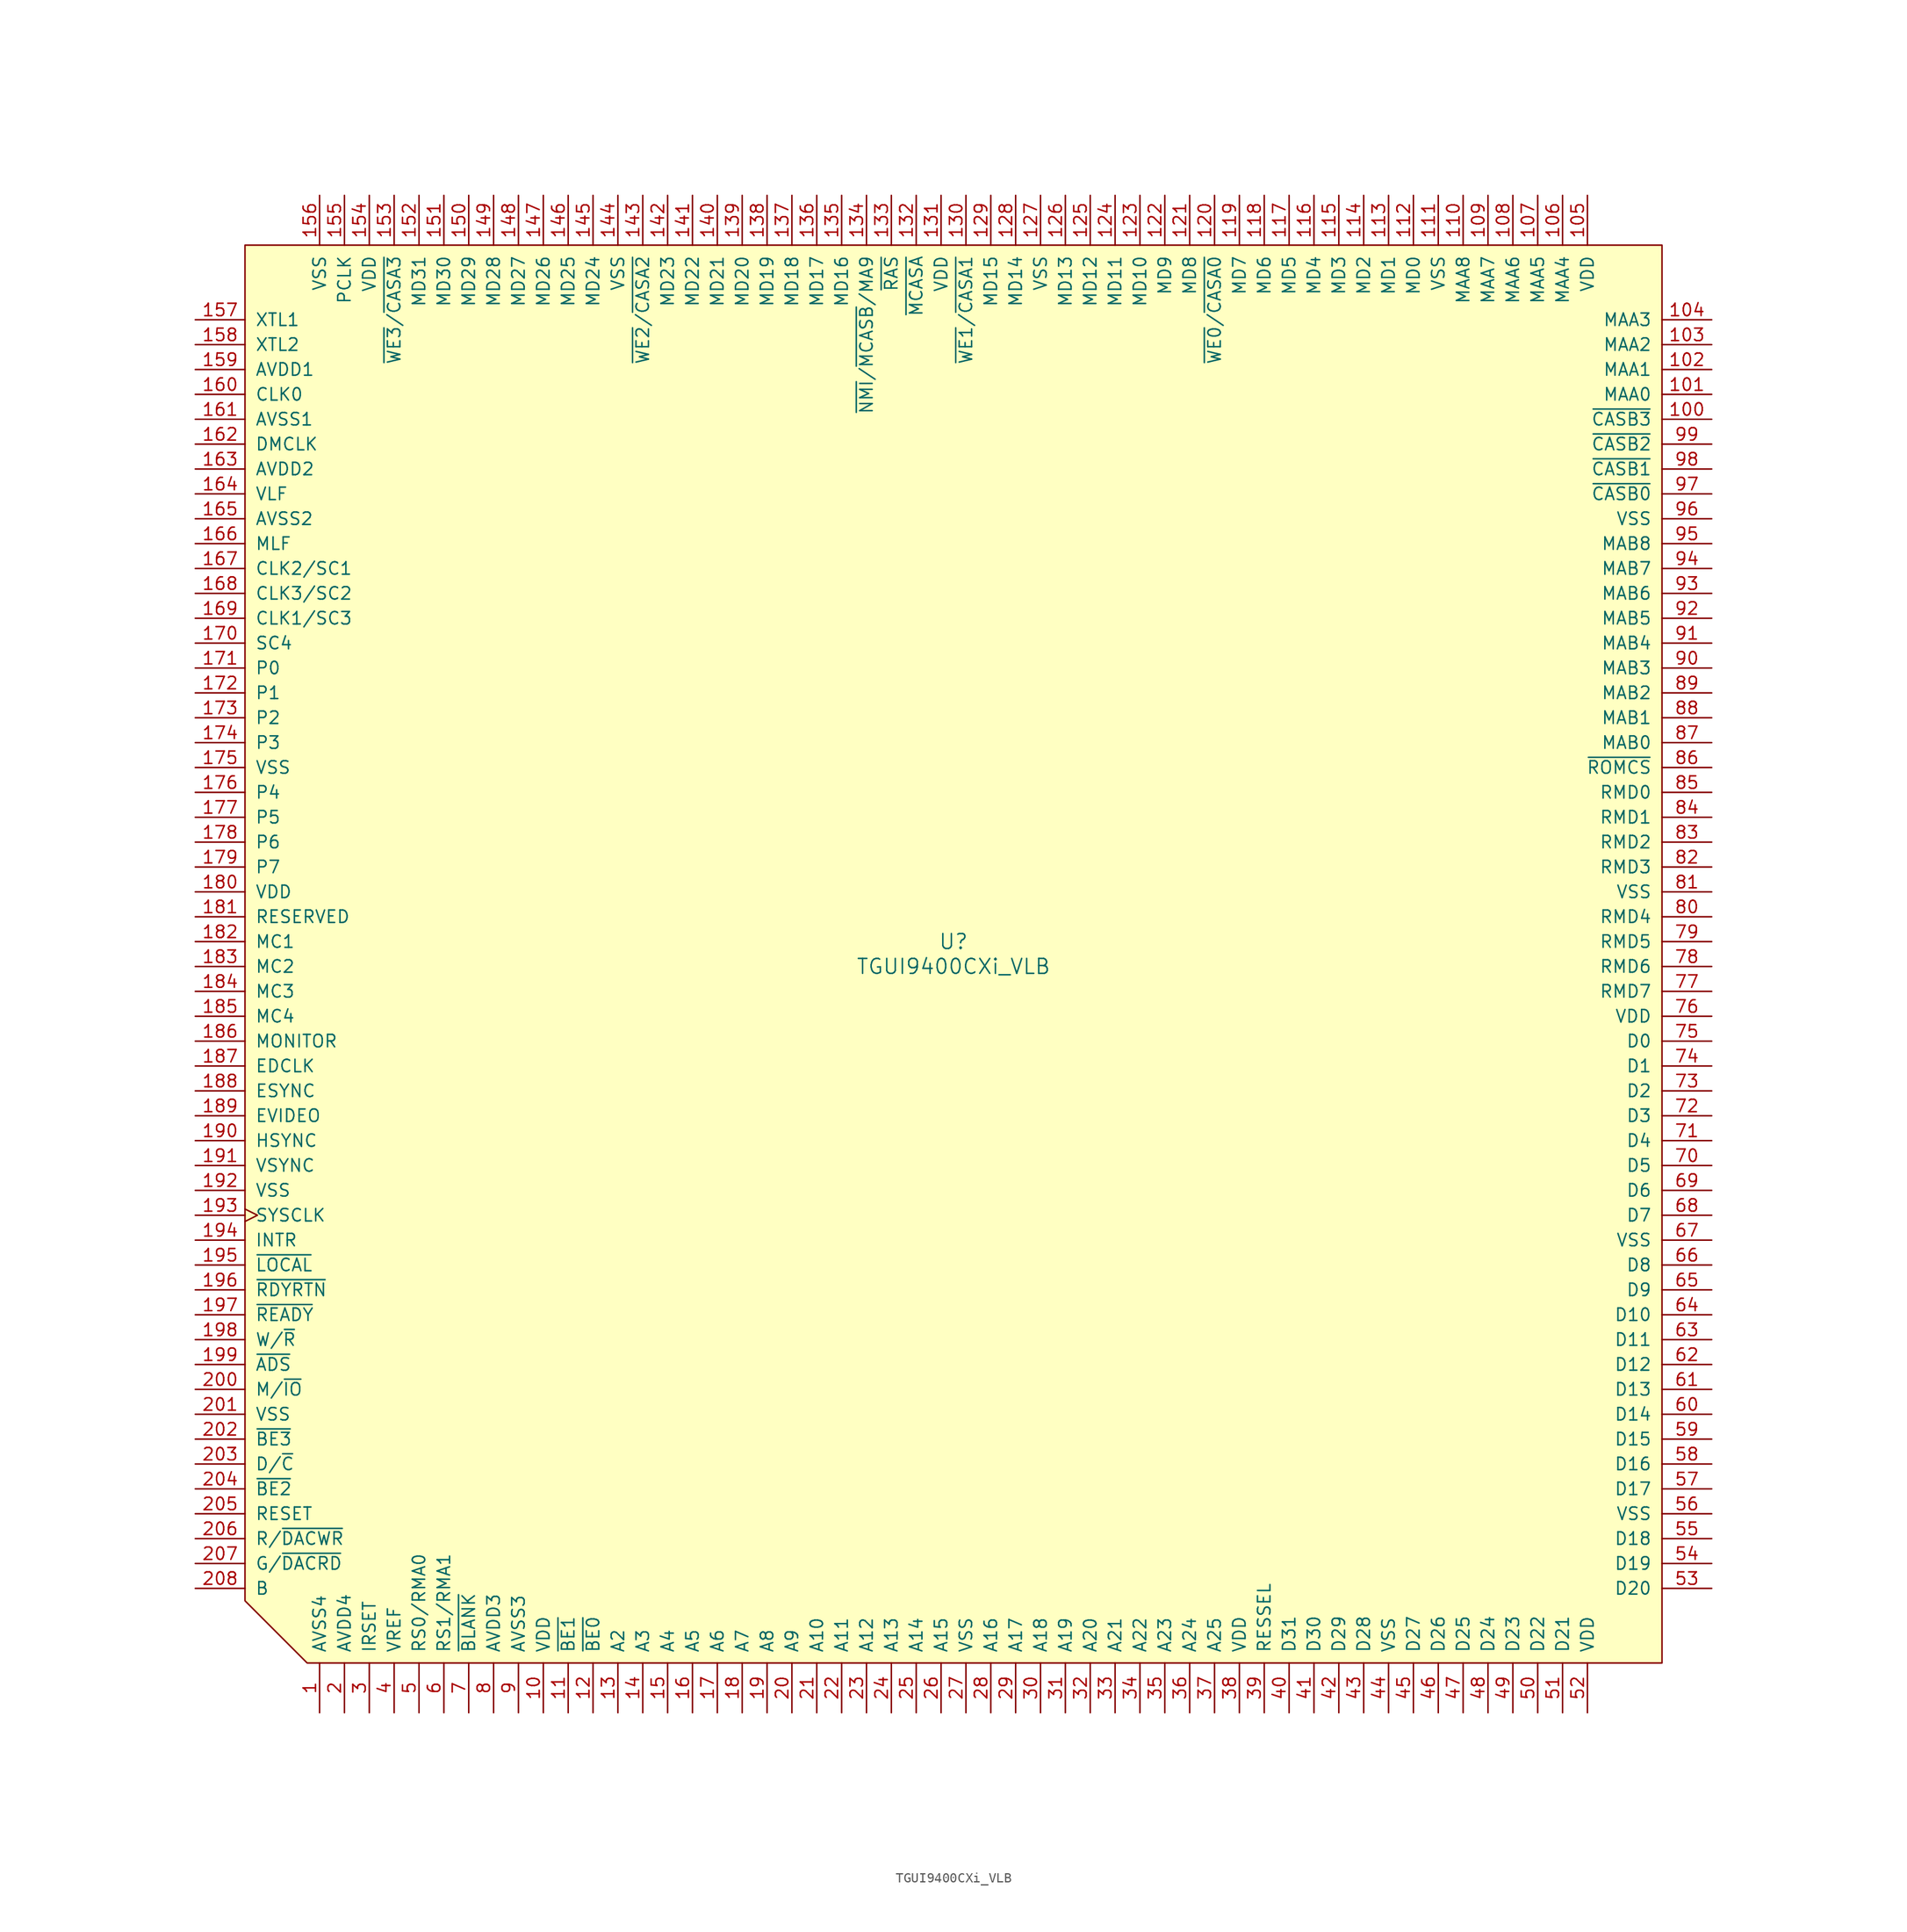
<source format=kicad_sym>
(kicad_symbol_lib
  (version 20211014)
  (generator kicad_symbol_editor)
  (symbol "TGUI9400CXi_VLB"
    (pin_names
      (offset 1.016))
    (property "Reference" "U"
      (at 0 1.27 0)
      (effects (font (size 1.524 1.524))))
    (property "Value" "TGUI9400CXi_VLB"
      (at 0 -1.27 0)
      (effects (font (size 1.524 1.524))))
    (property "Footprint" ""
      (at -15.24 -15.24 0)
      (effects (font (size 1.524 1.524))))
    (property "Datasheet" ""
      (at -15.24 -15.24 0)
      (effects (font (size 1.524 1.524))))
    (symbol "TGUI9400CXi_VLB_0_1"
      (polyline (pts (xy 72.39 -72.39) (xy -66.04 -72.39) (xy -72.39 -66.04) (xy -72.39 72.39) (xy 72.39 72.39) (xy 72.39 -72.39)) (stroke (width 0) (type default) (color 0 0 0 0)) (fill (type background))))
    (symbol "TGUI9400CXi_VLB_1_1"
      (pin power_in line (at -64.77 -77.47 90) (length 5.08) (name "AVSS4" (effects (font (size 1.27 1.27)))) (number "1" (effects (font (size 1.27 1.27)))))
      (pin power_in line (at -41.91 -77.47 90) (length 5.08) (name "VDD" (effects (font (size 1.27 1.27)))) (number "10" (effects (font (size 1.27 1.27)))))
      (pin output line (at 77.47 54.61 180) (length 5.08) (name "~{CASB3}" (effects (font (size 1.27 1.27)))) (number "100" (effects (font (size 1.27 1.27)))))
      (pin output line (at 77.47 57.15 180) (length 5.08) (name "MAA0" (effects (font (size 1.27 1.27)))) (number "101" (effects (font (size 1.27 1.27)))))
      (pin output line (at 77.47 59.69 180) (length 5.08) (name "MAA1" (effects (font (size 1.27 1.27)))) (number "102" (effects (font (size 1.27 1.27)))))
      (pin output line (at 77.47 62.23 180) (length 5.08) (name "MAA2" (effects (font (size 1.27 1.27)))) (number "103" (effects (font (size 1.27 1.27)))))
      (pin output line (at 77.47 64.77 180) (length 5.08) (name "MAA3" (effects (font (size 1.27 1.27)))) (number "104" (effects (font (size 1.27 1.27)))))
      (pin power_in line (at 64.77 77.47 270) (length 5.08) (name "VDD" (effects (font (size 1.27 1.27)))) (number "105" (effects (font (size 1.27 1.27)))))
      (pin output line (at 62.23 77.47 270) (length 5.08) (name "MAA4" (effects (font (size 1.27 1.27)))) (number "106" (effects (font (size 1.27 1.27)))))
      (pin output line (at 59.69 77.47 270) (length 5.08) (name "MAA5" (effects (font (size 1.27 1.27)))) (number "107" (effects (font (size 1.27 1.27)))))
      (pin output line (at 57.15 77.47 270) (length 5.08) (name "MAA6" (effects (font (size 1.27 1.27)))) (number "108" (effects (font (size 1.27 1.27)))))
      (pin output line (at 54.61 77.47 270) (length 5.08) (name "MAA7" (effects (font (size 1.27 1.27)))) (number "109" (effects (font (size 1.27 1.27)))))
      (pin input line (at -39.37 -77.47 90) (length 5.08) (name "~{BE1}" (effects (font (size 1.27 1.27)))) (number "11" (effects (font (size 1.27 1.27)))))
      (pin output line (at 52.07 77.47 270) (length 5.08) (name "MAA8" (effects (font (size 1.27 1.27)))) (number "110" (effects (font (size 1.27 1.27)))))
      (pin power_in line (at 49.53 77.47 270) (length 5.08) (name "VSS" (effects (font (size 1.27 1.27)))) (number "111" (effects (font (size 1.27 1.27)))))
      (pin tri_state line (at 46.99 77.47 270) (length 5.08) (name "MD0" (effects (font (size 1.27 1.27)))) (number "112" (effects (font (size 1.27 1.27)))))
      (pin tri_state line (at 44.45 77.47 270) (length 5.08) (name "MD1" (effects (font (size 1.27 1.27)))) (number "113" (effects (font (size 1.27 1.27)))))
      (pin tri_state line (at 41.91 77.47 270) (length 5.08) (name "MD2" (effects (font (size 1.27 1.27)))) (number "114" (effects (font (size 1.27 1.27)))))
      (pin tri_state line (at 39.37 77.47 270) (length 5.08) (name "MD3" (effects (font (size 1.27 1.27)))) (number "115" (effects (font (size 1.27 1.27)))))
      (pin tri_state line (at 36.83 77.47 270) (length 5.08) (name "MD4" (effects (font (size 1.27 1.27)))) (number "116" (effects (font (size 1.27 1.27)))))
      (pin tri_state line (at 34.29 77.47 270) (length 5.08) (name "MD5" (effects (font (size 1.27 1.27)))) (number "117" (effects (font (size 1.27 1.27)))))
      (pin tri_state line (at 31.75 77.47 270) (length 5.08) (name "MD6" (effects (font (size 1.27 1.27)))) (number "118" (effects (font (size 1.27 1.27)))))
      (pin tri_state line (at 29.21 77.47 270) (length 5.08) (name "MD7" (effects (font (size 1.27 1.27)))) (number "119" (effects (font (size 1.27 1.27)))))
      (pin input line (at -36.83 -77.47 90) (length 5.08) (name "~{BE0}" (effects (font (size 1.27 1.27)))) (number "12" (effects (font (size 1.27 1.27)))))
      (pin output line (at 26.67 77.47 270) (length 5.08) (name "~{WE0}/~{CASA0}" (effects (font (size 1.27 1.27)))) (number "120" (effects (font (size 1.27 1.27)))))
      (pin tri_state line (at 24.13 77.47 270) (length 5.08) (name "MD8" (effects (font (size 1.27 1.27)))) (number "121" (effects (font (size 1.27 1.27)))))
      (pin tri_state line (at 21.59 77.47 270) (length 5.08) (name "MD9" (effects (font (size 1.27 1.27)))) (number "122" (effects (font (size 1.27 1.27)))))
      (pin tri_state line (at 19.05 77.47 270) (length 5.08) (name "MD10" (effects (font (size 1.27 1.27)))) (number "123" (effects (font (size 1.27 1.27)))))
      (pin tri_state line (at 16.51 77.47 270) (length 5.08) (name "MD11" (effects (font (size 1.27 1.27)))) (number "124" (effects (font (size 1.27 1.27)))))
      (pin tri_state line (at 13.97 77.47 270) (length 5.08) (name "MD12" (effects (font (size 1.27 1.27)))) (number "125" (effects (font (size 1.27 1.27)))))
      (pin tri_state line (at 11.43 77.47 270) (length 5.08) (name "MD13" (effects (font (size 1.27 1.27)))) (number "126" (effects (font (size 1.27 1.27)))))
      (pin power_in line (at 8.89 77.47 270) (length 5.08) (name "VSS" (effects (font (size 1.27 1.27)))) (number "127" (effects (font (size 1.27 1.27)))))
      (pin tri_state line (at 6.35 77.47 270) (length 5.08) (name "MD14" (effects (font (size 1.27 1.27)))) (number "128" (effects (font (size 1.27 1.27)))))
      (pin tri_state line (at 3.81 77.47 270) (length 5.08) (name "MD15" (effects (font (size 1.27 1.27)))) (number "129" (effects (font (size 1.27 1.27)))))
      (pin input line (at -34.29 -77.47 90) (length 5.08) (name "A2" (effects (font (size 1.27 1.27)))) (number "13" (effects (font (size 1.27 1.27)))))
      (pin output line (at 1.27 77.47 270) (length 5.08) (name "~{WE1}/~{CASA1}" (effects (font (size 1.27 1.27)))) (number "130" (effects (font (size 1.27 1.27)))))
      (pin power_in line (at -1.27 77.47 270) (length 5.08) (name "VDD" (effects (font (size 1.27 1.27)))) (number "131" (effects (font (size 1.27 1.27)))))
      (pin output line (at -3.81 77.47 270) (length 5.08) (name "~{MCASA}" (effects (font (size 1.27 1.27)))) (number "132" (effects (font (size 1.27 1.27)))))
      (pin output line (at -6.35 77.47 270) (length 5.08) (name "~{RAS}" (effects (font (size 1.27 1.27)))) (number "133" (effects (font (size 1.27 1.27)))))
      (pin output line (at -8.89 77.47 270) (length 5.08) (name "~{NMI}/~{MCASB}/MA9" (effects (font (size 1.27 1.27)))) (number "134" (effects (font (size 1.27 1.27)))))
      (pin tri_state line (at -11.43 77.47 270) (length 5.08) (name "MD16" (effects (font (size 1.27 1.27)))) (number "135" (effects (font (size 1.27 1.27)))))
      (pin tri_state line (at -13.97 77.47 270) (length 5.08) (name "MD17" (effects (font (size 1.27 1.27)))) (number "136" (effects (font (size 1.27 1.27)))))
      (pin tri_state line (at -16.51 77.47 270) (length 5.08) (name "MD18" (effects (font (size 1.27 1.27)))) (number "137" (effects (font (size 1.27 1.27)))))
      (pin tri_state line (at -19.05 77.47 270) (length 5.08) (name "MD19" (effects (font (size 1.27 1.27)))) (number "138" (effects (font (size 1.27 1.27)))))
      (pin tri_state line (at -21.59 77.47 270) (length 5.08) (name "MD20" (effects (font (size 1.27 1.27)))) (number "139" (effects (font (size 1.27 1.27)))))
      (pin input line (at -31.75 -77.47 90) (length 5.08) (name "A3" (effects (font (size 1.27 1.27)))) (number "14" (effects (font (size 1.27 1.27)))))
      (pin tri_state line (at -24.13 77.47 270) (length 5.08) (name "MD21" (effects (font (size 1.27 1.27)))) (number "140" (effects (font (size 1.27 1.27)))))
      (pin tri_state line (at -26.67 77.47 270) (length 5.08) (name "MD22" (effects (font (size 1.27 1.27)))) (number "141" (effects (font (size 1.27 1.27)))))
      (pin tri_state line (at -29.21 77.47 270) (length 5.08) (name "MD23" (effects (font (size 1.27 1.27)))) (number "142" (effects (font (size 1.27 1.27)))))
      (pin output line (at -31.75 77.47 270) (length 5.08) (name "~{WE2}/~{CASA2}" (effects (font (size 1.27 1.27)))) (number "143" (effects (font (size 1.27 1.27)))))
      (pin power_in line (at -34.29 77.47 270) (length 5.08) (name "VSS" (effects (font (size 1.27 1.27)))) (number "144" (effects (font (size 1.27 1.27)))))
      (pin tri_state line (at -36.83 77.47 270) (length 5.08) (name "MD24" (effects (font (size 1.27 1.27)))) (number "145" (effects (font (size 1.27 1.27)))))
      (pin tri_state line (at -39.37 77.47 270) (length 5.08) (name "MD25" (effects (font (size 1.27 1.27)))) (number "146" (effects (font (size 1.27 1.27)))))
      (pin tri_state line (at -41.91 77.47 270) (length 5.08) (name "MD26" (effects (font (size 1.27 1.27)))) (number "147" (effects (font (size 1.27 1.27)))))
      (pin tri_state line (at -44.45 77.47 270) (length 5.08) (name "MD27" (effects (font (size 1.27 1.27)))) (number "148" (effects (font (size 1.27 1.27)))))
      (pin tri_state line (at -46.99 77.47 270) (length 5.08) (name "MD28" (effects (font (size 1.27 1.27)))) (number "149" (effects (font (size 1.27 1.27)))))
      (pin input line (at -29.21 -77.47 90) (length 5.08) (name "A4" (effects (font (size 1.27 1.27)))) (number "15" (effects (font (size 1.27 1.27)))))
      (pin tri_state line (at -49.53 77.47 270) (length 5.08) (name "MD29" (effects (font (size 1.27 1.27)))) (number "150" (effects (font (size 1.27 1.27)))))
      (pin tri_state line (at -52.07 77.47 270) (length 5.08) (name "MD30" (effects (font (size 1.27 1.27)))) (number "151" (effects (font (size 1.27 1.27)))))
      (pin tri_state line (at -54.61 77.47 270) (length 5.08) (name "MD31" (effects (font (size 1.27 1.27)))) (number "152" (effects (font (size 1.27 1.27)))))
      (pin output line (at -57.15 77.47 270) (length 5.08) (name "~{WE3}/~{CASA3}" (effects (font (size 1.27 1.27)))) (number "153" (effects (font (size 1.27 1.27)))))
      (pin power_in line (at -59.69 77.47 270) (length 5.08) (name "VDD" (effects (font (size 1.27 1.27)))) (number "154" (effects (font (size 1.27 1.27)))))
      (pin bidirectional line (at -62.23 77.47 270) (length 5.08) (name "PCLK" (effects (font (size 1.27 1.27)))) (number "155" (effects (font (size 1.27 1.27)))))
      (pin power_in line (at -64.77 77.47 270) (length 5.08) (name "VSS" (effects (font (size 1.27 1.27)))) (number "156" (effects (font (size 1.27 1.27)))))
      (pin input line (at -77.47 64.77 0) (length 5.08) (name "XTL1" (effects (font (size 1.27 1.27)))) (number "157" (effects (font (size 1.27 1.27)))))
      (pin output line (at -77.47 62.23 0) (length 5.08) (name "XTL2" (effects (font (size 1.27 1.27)))) (number "158" (effects (font (size 1.27 1.27)))))
      (pin power_in line (at -77.47 59.69 0) (length 5.08) (name "AVDD1" (effects (font (size 1.27 1.27)))) (number "159" (effects (font (size 1.27 1.27)))))
      (pin input line (at -26.67 -77.47 90) (length 5.08) (name "A5" (effects (font (size 1.27 1.27)))) (number "16" (effects (font (size 1.27 1.27)))))
      (pin input line (at -77.47 57.15 0) (length 5.08) (name "CLK0" (effects (font (size 1.27 1.27)))) (number "160" (effects (font (size 1.27 1.27)))))
      (pin power_in line (at -77.47 54.61 0) (length 5.08) (name "AVSS1" (effects (font (size 1.27 1.27)))) (number "161" (effects (font (size 1.27 1.27)))))
      (pin input line (at -77.47 52.07 0) (length 5.08) (name "DMCLK" (effects (font (size 1.27 1.27)))) (number "162" (effects (font (size 1.27 1.27)))))
      (pin power_in line (at -77.47 49.53 0) (length 5.08) (name "AVDD2" (effects (font (size 1.27 1.27)))) (number "163" (effects (font (size 1.27 1.27)))))
      (pin output line (at -77.47 46.99 0) (length 5.08) (name "VLF" (effects (font (size 1.27 1.27)))) (number "164" (effects (font (size 1.27 1.27)))))
      (pin power_in line (at -77.47 44.45 0) (length 5.08) (name "AVSS2" (effects (font (size 1.27 1.27)))) (number "165" (effects (font (size 1.27 1.27)))))
      (pin output line (at -77.47 41.91 0) (length 5.08) (name "MLF" (effects (font (size 1.27 1.27)))) (number "166" (effects (font (size 1.27 1.27)))))
      (pin bidirectional line (at -77.47 39.37 0) (length 5.08) (name "CLK2/SC1" (effects (font (size 1.27 1.27)))) (number "167" (effects (font (size 1.27 1.27)))))
      (pin bidirectional line (at -77.47 36.83 0) (length 5.08) (name "CLK3/SC2" (effects (font (size 1.27 1.27)))) (number "168" (effects (font (size 1.27 1.27)))))
      (pin bidirectional line (at -77.47 34.29 0) (length 5.08) (name "CLK1/SC3" (effects (font (size 1.27 1.27)))) (number "169" (effects (font (size 1.27 1.27)))))
      (pin input line (at -24.13 -77.47 90) (length 5.08) (name "A6" (effects (font (size 1.27 1.27)))) (number "17" (effects (font (size 1.27 1.27)))))
      (pin output line (at -77.47 31.75 0) (length 5.08) (name "SC4" (effects (font (size 1.27 1.27)))) (number "170" (effects (font (size 1.27 1.27)))))
      (pin bidirectional line (at -77.47 29.21 0) (length 5.08) (name "P0" (effects (font (size 1.27 1.27)))) (number "171" (effects (font (size 1.27 1.27)))))
      (pin bidirectional line (at -77.47 26.67 0) (length 5.08) (name "P1" (effects (font (size 1.27 1.27)))) (number "172" (effects (font (size 1.27 1.27)))))
      (pin bidirectional line (at -77.47 24.13 0) (length 5.08) (name "P2" (effects (font (size 1.27 1.27)))) (number "173" (effects (font (size 1.27 1.27)))))
      (pin bidirectional line (at -77.47 21.59 0) (length 5.08) (name "P3" (effects (font (size 1.27 1.27)))) (number "174" (effects (font (size 1.27 1.27)))))
      (pin power_in line (at -77.47 19.05 0) (length 5.08) (name "VSS" (effects (font (size 1.27 1.27)))) (number "175" (effects (font (size 1.27 1.27)))))
      (pin bidirectional line (at -77.47 16.51 0) (length 5.08) (name "P4" (effects (font (size 1.27 1.27)))) (number "176" (effects (font (size 1.27 1.27)))))
      (pin bidirectional line (at -77.47 13.97 0) (length 5.08) (name "P5" (effects (font (size 1.27 1.27)))) (number "177" (effects (font (size 1.27 1.27)))))
      (pin bidirectional line (at -77.47 11.43 0) (length 5.08) (name "P6" (effects (font (size 1.27 1.27)))) (number "178" (effects (font (size 1.27 1.27)))))
      (pin bidirectional line (at -77.47 8.89 0) (length 5.08) (name "P7" (effects (font (size 1.27 1.27)))) (number "179" (effects (font (size 1.27 1.27)))))
      (pin input line (at -21.59 -77.47 90) (length 5.08) (name "A7" (effects (font (size 1.27 1.27)))) (number "18" (effects (font (size 1.27 1.27)))))
      (pin power_in line (at -77.47 6.35 0) (length 5.08) (name "VDD" (effects (font (size 1.27 1.27)))) (number "180" (effects (font (size 1.27 1.27)))))
      (pin passive line (at -77.47 3.81 0) (length 5.08) (name "RESERVED" (effects (font (size 1.27 1.27)))) (number "181" (effects (font (size 1.27 1.27)))))
      (pin output line (at -77.47 1.27 0) (length 5.08) (name "MC1" (effects (font (size 1.27 1.27)))) (number "182" (effects (font (size 1.27 1.27)))))
      (pin output line (at -77.47 -1.27 0) (length 5.08) (name "MC2" (effects (font (size 1.27 1.27)))) (number "183" (effects (font (size 1.27 1.27)))))
      (pin output line (at -77.47 -3.81 0) (length 5.08) (name "MC3" (effects (font (size 1.27 1.27)))) (number "184" (effects (font (size 1.27 1.27)))))
      (pin output line (at -77.47 -6.35 0) (length 5.08) (name "MC4" (effects (font (size 1.27 1.27)))) (number "185" (effects (font (size 1.27 1.27)))))
      (pin input line (at -77.47 -8.89 0) (length 5.08) (name "MONITOR" (effects (font (size 1.27 1.27)))) (number "186" (effects (font (size 1.27 1.27)))))
      (pin input line (at -77.47 -11.43 0) (length 5.08) (name "EDCLK" (effects (font (size 1.27 1.27)))) (number "187" (effects (font (size 1.27 1.27)))))
      (pin input line (at -77.47 -13.97 0) (length 5.08) (name "ESYNC" (effects (font (size 1.27 1.27)))) (number "188" (effects (font (size 1.27 1.27)))))
      (pin input line (at -77.47 -16.51 0) (length 5.08) (name "EVIDEO" (effects (font (size 1.27 1.27)))) (number "189" (effects (font (size 1.27 1.27)))))
      (pin input line (at -19.05 -77.47 90) (length 5.08) (name "A8" (effects (font (size 1.27 1.27)))) (number "19" (effects (font (size 1.27 1.27)))))
      (pin output line (at -77.47 -19.05 0) (length 5.08) (name "HSYNC" (effects (font (size 1.27 1.27)))) (number "190" (effects (font (size 1.27 1.27)))))
      (pin output line (at -77.47 -21.59 0) (length 5.08) (name "VSYNC" (effects (font (size 1.27 1.27)))) (number "191" (effects (font (size 1.27 1.27)))))
      (pin power_in line (at -77.47 -24.13 0) (length 5.08) (name "VSS" (effects (font (size 1.27 1.27)))) (number "192" (effects (font (size 1.27 1.27)))))
      (pin input clock (at -77.47 -26.67 0) (length 5.08) (name "SYSCLK" (effects (font (size 1.27 1.27)))) (number "193" (effects (font (size 1.27 1.27)))))
      (pin output line (at -77.47 -29.21 0) (length 5.08) (name "INTR" (effects (font (size 1.27 1.27)))) (number "194" (effects (font (size 1.27 1.27)))))
      (pin output line (at -77.47 -31.75 0) (length 5.08) (name "~{LOCAL}" (effects (font (size 1.27 1.27)))) (number "195" (effects (font (size 1.27 1.27)))))
      (pin input line (at -77.47 -34.29 0) (length 5.08) (name "~{RDYRTN}" (effects (font (size 1.27 1.27)))) (number "196" (effects (font (size 1.27 1.27)))))
      (pin output line (at -77.47 -36.83 0) (length 5.08) (name "~{READY}" (effects (font (size 1.27 1.27)))) (number "197" (effects (font (size 1.27 1.27)))))
      (pin input line (at -77.47 -39.37 0) (length 5.08) (name "W/~{R}" (effects (font (size 1.27 1.27)))) (number "198" (effects (font (size 1.27 1.27)))))
      (pin input line (at -77.47 -41.91 0) (length 5.08) (name "~{ADS}" (effects (font (size 1.27 1.27)))) (number "199" (effects (font (size 1.27 1.27)))))
      (pin power_in line (at -62.23 -77.47 90) (length 5.08) (name "AVDD4" (effects (font (size 1.27 1.27)))) (number "2" (effects (font (size 1.27 1.27)))))
      (pin input line (at -16.51 -77.47 90) (length 5.08) (name "A9" (effects (font (size 1.27 1.27)))) (number "20" (effects (font (size 1.27 1.27)))))
      (pin input line (at -77.47 -44.45 0) (length 5.08) (name "M/~{IO}" (effects (font (size 1.27 1.27)))) (number "200" (effects (font (size 1.27 1.27)))))
      (pin power_in line (at -77.47 -46.99 0) (length 5.08) (name "VSS" (effects (font (size 1.27 1.27)))) (number "201" (effects (font (size 1.27 1.27)))))
      (pin input line (at -77.47 -49.53 0) (length 5.08) (name "~{BE3}" (effects (font (size 1.27 1.27)))) (number "202" (effects (font (size 1.27 1.27)))))
      (pin input line (at -77.47 -52.07 0) (length 5.08) (name "D/~{C}" (effects (font (size 1.27 1.27)))) (number "203" (effects (font (size 1.27 1.27)))))
      (pin input line (at -77.47 -54.61 0) (length 5.08) (name "~{BE2}" (effects (font (size 1.27 1.27)))) (number "204" (effects (font (size 1.27 1.27)))))
      (pin input line (at -77.47 -57.15 0) (length 5.08) (name "RESET" (effects (font (size 1.27 1.27)))) (number "205" (effects (font (size 1.27 1.27)))))
      (pin output line (at -77.47 -59.69 0) (length 5.08) (name "R/~{DACWR}" (effects (font (size 1.27 1.27)))) (number "206" (effects (font (size 1.27 1.27)))))
      (pin output line (at -77.47 -62.23 0) (length 5.08) (name "G/~{DACRD}" (effects (font (size 1.27 1.27)))) (number "207" (effects (font (size 1.27 1.27)))))
      (pin output line (at -77.47 -64.77 0) (length 5.08) (name "B" (effects (font (size 1.27 1.27)))) (number "208" (effects (font (size 1.27 1.27)))))
      (pin input line (at -13.97 -77.47 90) (length 5.08) (name "A10" (effects (font (size 1.27 1.27)))) (number "21" (effects (font (size 1.27 1.27)))))
      (pin input line (at -11.43 -77.47 90) (length 5.08) (name "A11" (effects (font (size 1.27 1.27)))) (number "22" (effects (font (size 1.27 1.27)))))
      (pin input line (at -8.89 -77.47 90) (length 5.08) (name "A12" (effects (font (size 1.27 1.27)))) (number "23" (effects (font (size 1.27 1.27)))))
      (pin input line (at -6.35 -77.47 90) (length 5.08) (name "A13" (effects (font (size 1.27 1.27)))) (number "24" (effects (font (size 1.27 1.27)))))
      (pin input line (at -3.81 -77.47 90) (length 5.08) (name "A14" (effects (font (size 1.27 1.27)))) (number "25" (effects (font (size 1.27 1.27)))))
      (pin input line (at -1.27 -77.47 90) (length 5.08) (name "A15" (effects (font (size 1.27 1.27)))) (number "26" (effects (font (size 1.27 1.27)))))
      (pin power_in line (at 1.27 -77.47 90) (length 5.08) (name "VSS" (effects (font (size 1.27 1.27)))) (number "27" (effects (font (size 1.27 1.27)))))
      (pin input line (at 3.81 -77.47 90) (length 5.08) (name "A16" (effects (font (size 1.27 1.27)))) (number "28" (effects (font (size 1.27 1.27)))))
      (pin input line (at 6.35 -77.47 90) (length 5.08) (name "A17" (effects (font (size 1.27 1.27)))) (number "29" (effects (font (size 1.27 1.27)))))
      (pin input line (at -59.69 -77.47 90) (length 5.08) (name "IRSET" (effects (font (size 1.27 1.27)))) (number "3" (effects (font (size 1.27 1.27)))))
      (pin input line (at 8.89 -77.47 90) (length 5.08) (name "A18" (effects (font (size 1.27 1.27)))) (number "30" (effects (font (size 1.27 1.27)))))
      (pin input line (at 11.43 -77.47 90) (length 5.08) (name "A19" (effects (font (size 1.27 1.27)))) (number "31" (effects (font (size 1.27 1.27)))))
      (pin input line (at 13.97 -77.47 90) (length 5.08) (name "A20" (effects (font (size 1.27 1.27)))) (number "32" (effects (font (size 1.27 1.27)))))
      (pin input line (at 16.51 -77.47 90) (length 5.08) (name "A21" (effects (font (size 1.27 1.27)))) (number "33" (effects (font (size 1.27 1.27)))))
      (pin input line (at 19.05 -77.47 90) (length 5.08) (name "A22" (effects (font (size 1.27 1.27)))) (number "34" (effects (font (size 1.27 1.27)))))
      (pin input line (at 21.59 -77.47 90) (length 5.08) (name "A23" (effects (font (size 1.27 1.27)))) (number "35" (effects (font (size 1.27 1.27)))))
      (pin input line (at 24.13 -77.47 90) (length 5.08) (name "A24" (effects (font (size 1.27 1.27)))) (number "36" (effects (font (size 1.27 1.27)))))
      (pin input line (at 26.67 -77.47 90) (length 5.08) (name "A25" (effects (font (size 1.27 1.27)))) (number "37" (effects (font (size 1.27 1.27)))))
      (pin power_in line (at 29.21 -77.47 90) (length 5.08) (name "VDD" (effects (font (size 1.27 1.27)))) (number "38" (effects (font (size 1.27 1.27)))))
      (pin input line (at 31.75 -77.47 90) (length 5.08) (name "RESSEL" (effects (font (size 1.27 1.27)))) (number "39" (effects (font (size 1.27 1.27)))))
      (pin input line (at -57.15 -77.47 90) (length 5.08) (name "VREF" (effects (font (size 1.27 1.27)))) (number "4" (effects (font (size 1.27 1.27)))))
      (pin tri_state line (at 34.29 -77.47 90) (length 5.08) (name "D31" (effects (font (size 1.27 1.27)))) (number "40" (effects (font (size 1.27 1.27)))))
      (pin tri_state line (at 36.83 -77.47 90) (length 5.08) (name "D30" (effects (font (size 1.27 1.27)))) (number "41" (effects (font (size 1.27 1.27)))))
      (pin tri_state line (at 39.37 -77.47 90) (length 5.08) (name "D29" (effects (font (size 1.27 1.27)))) (number "42" (effects (font (size 1.27 1.27)))))
      (pin tri_state line (at 41.91 -77.47 90) (length 5.08) (name "D28" (effects (font (size 1.27 1.27)))) (number "43" (effects (font (size 1.27 1.27)))))
      (pin power_in line (at 44.45 -77.47 90) (length 5.08) (name "VSS" (effects (font (size 1.27 1.27)))) (number "44" (effects (font (size 1.27 1.27)))))
      (pin tri_state line (at 46.99 -77.47 90) (length 5.08) (name "D27" (effects (font (size 1.27 1.27)))) (number "45" (effects (font (size 1.27 1.27)))))
      (pin tri_state line (at 49.53 -77.47 90) (length 5.08) (name "D26" (effects (font (size 1.27 1.27)))) (number "46" (effects (font (size 1.27 1.27)))))
      (pin tri_state line (at 52.07 -77.47 90) (length 5.08) (name "D25" (effects (font (size 1.27 1.27)))) (number "47" (effects (font (size 1.27 1.27)))))
      (pin tri_state line (at 54.61 -77.47 90) (length 5.08) (name "D24" (effects (font (size 1.27 1.27)))) (number "48" (effects (font (size 1.27 1.27)))))
      (pin tri_state line (at 57.15 -77.47 90) (length 5.08) (name "D23" (effects (font (size 1.27 1.27)))) (number "49" (effects (font (size 1.27 1.27)))))
      (pin output line (at -54.61 -77.47 90) (length 5.08) (name "RS0/RMA0" (effects (font (size 1.27 1.27)))) (number "5" (effects (font (size 1.27 1.27)))))
      (pin tri_state line (at 59.69 -77.47 90) (length 5.08) (name "D22" (effects (font (size 1.27 1.27)))) (number "50" (effects (font (size 1.27 1.27)))))
      (pin tri_state line (at 62.23 -77.47 90) (length 5.08) (name "D21" (effects (font (size 1.27 1.27)))) (number "51" (effects (font (size 1.27 1.27)))))
      (pin power_in line (at 64.77 -77.47 90) (length 5.08) (name "VDD" (effects (font (size 1.27 1.27)))) (number "52" (effects (font (size 1.27 1.27)))))
      (pin tri_state line (at 77.47 -64.77 180) (length 5.08) (name "D20" (effects (font (size 1.27 1.27)))) (number "53" (effects (font (size 1.27 1.27)))))
      (pin tri_state line (at 77.47 -62.23 180) (length 5.08) (name "D19" (effects (font (size 1.27 1.27)))) (number "54" (effects (font (size 1.27 1.27)))))
      (pin tri_state line (at 77.47 -59.69 180) (length 5.08) (name "D18" (effects (font (size 1.27 1.27)))) (number "55" (effects (font (size 1.27 1.27)))))
      (pin power_in line (at 77.47 -57.15 180) (length 5.08) (name "VSS" (effects (font (size 1.27 1.27)))) (number "56" (effects (font (size 1.27 1.27)))))
      (pin tri_state line (at 77.47 -54.61 180) (length 5.08) (name "D17" (effects (font (size 1.27 1.27)))) (number "57" (effects (font (size 1.27 1.27)))))
      (pin tri_state line (at 77.47 -52.07 180) (length 5.08) (name "D16" (effects (font (size 1.27 1.27)))) (number "58" (effects (font (size 1.27 1.27)))))
      (pin tri_state line (at 77.47 -49.53 180) (length 5.08) (name "D15" (effects (font (size 1.27 1.27)))) (number "59" (effects (font (size 1.27 1.27)))))
      (pin output line (at -52.07 -77.47 90) (length 5.08) (name "RS1/RMA1" (effects (font (size 1.27 1.27)))) (number "6" (effects (font (size 1.27 1.27)))))
      (pin tri_state line (at 77.47 -46.99 180) (length 5.08) (name "D14" (effects (font (size 1.27 1.27)))) (number "60" (effects (font (size 1.27 1.27)))))
      (pin tri_state line (at 77.47 -44.45 180) (length 5.08) (name "D13" (effects (font (size 1.27 1.27)))) (number "61" (effects (font (size 1.27 1.27)))))
      (pin tri_state line (at 77.47 -41.91 180) (length 5.08) (name "D12" (effects (font (size 1.27 1.27)))) (number "62" (effects (font (size 1.27 1.27)))))
      (pin tri_state line (at 77.47 -39.37 180) (length 5.08) (name "D11" (effects (font (size 1.27 1.27)))) (number "63" (effects (font (size 1.27 1.27)))))
      (pin tri_state line (at 77.47 -36.83 180) (length 5.08) (name "D10" (effects (font (size 1.27 1.27)))) (number "64" (effects (font (size 1.27 1.27)))))
      (pin tri_state line (at 77.47 -34.29 180) (length 5.08) (name "D9" (effects (font (size 1.27 1.27)))) (number "65" (effects (font (size 1.27 1.27)))))
      (pin tri_state line (at 77.47 -31.75 180) (length 5.08) (name "D8" (effects (font (size 1.27 1.27)))) (number "66" (effects (font (size 1.27 1.27)))))
      (pin power_in line (at 77.47 -29.21 180) (length 5.08) (name "VSS" (effects (font (size 1.27 1.27)))) (number "67" (effects (font (size 1.27 1.27)))))
      (pin tri_state line (at 77.47 -26.67 180) (length 5.08) (name "D7" (effects (font (size 1.27 1.27)))) (number "68" (effects (font (size 1.27 1.27)))))
      (pin tri_state line (at 77.47 -24.13 180) (length 5.08) (name "D6" (effects (font (size 1.27 1.27)))) (number "69" (effects (font (size 1.27 1.27)))))
      (pin bidirectional line (at -49.53 -77.47 90) (length 5.08) (name "~{BLANK}" (effects (font (size 1.27 1.27)))) (number "7" (effects (font (size 1.27 1.27)))))
      (pin tri_state line (at 77.47 -21.59 180) (length 5.08) (name "D5" (effects (font (size 1.27 1.27)))) (number "70" (effects (font (size 1.27 1.27)))))
      (pin tri_state line (at 77.47 -19.05 180) (length 5.08) (name "D4" (effects (font (size 1.27 1.27)))) (number "71" (effects (font (size 1.27 1.27)))))
      (pin tri_state line (at 77.47 -16.51 180) (length 5.08) (name "D3" (effects (font (size 1.27 1.27)))) (number "72" (effects (font (size 1.27 1.27)))))
      (pin tri_state line (at 77.47 -13.97 180) (length 5.08) (name "D2" (effects (font (size 1.27 1.27)))) (number "73" (effects (font (size 1.27 1.27)))))
      (pin tri_state line (at 77.47 -11.43 180) (length 5.08) (name "D1" (effects (font (size 1.27 1.27)))) (number "74" (effects (font (size 1.27 1.27)))))
      (pin tri_state line (at 77.47 -8.89 180) (length 5.08) (name "D0" (effects (font (size 1.27 1.27)))) (number "75" (effects (font (size 1.27 1.27)))))
      (pin power_in line (at 77.47 -6.35 180) (length 5.08) (name "VDD" (effects (font (size 1.27 1.27)))) (number "76" (effects (font (size 1.27 1.27)))))
      (pin tri_state line (at 77.47 -3.81 180) (length 5.08) (name "RMD7" (effects (font (size 1.27 1.27)))) (number "77" (effects (font (size 1.27 1.27)))))
      (pin tri_state line (at 77.47 -1.27 180) (length 5.08) (name "RMD6" (effects (font (size 1.27 1.27)))) (number "78" (effects (font (size 1.27 1.27)))))
      (pin tri_state line (at 77.47 1.27 180) (length 5.08) (name "RMD5" (effects (font (size 1.27 1.27)))) (number "79" (effects (font (size 1.27 1.27)))))
      (pin power_in line (at -46.99 -77.47 90) (length 5.08) (name "AVDD3" (effects (font (size 1.27 1.27)))) (number "8" (effects (font (size 1.27 1.27)))))
      (pin tri_state line (at 77.47 3.81 180) (length 5.08) (name "RMD4" (effects (font (size 1.27 1.27)))) (number "80" (effects (font (size 1.27 1.27)))))
      (pin power_in line (at 77.47 6.35 180) (length 5.08) (name "VSS" (effects (font (size 1.27 1.27)))) (number "81" (effects (font (size 1.27 1.27)))))
      (pin tri_state line (at 77.47 8.89 180) (length 5.08) (name "RMD3" (effects (font (size 1.27 1.27)))) (number "82" (effects (font (size 1.27 1.27)))))
      (pin tri_state line (at 77.47 11.43 180) (length 5.08) (name "RMD2" (effects (font (size 1.27 1.27)))) (number "83" (effects (font (size 1.27 1.27)))))
      (pin tri_state line (at 77.47 13.97 180) (length 5.08) (name "RMD1" (effects (font (size 1.27 1.27)))) (number "84" (effects (font (size 1.27 1.27)))))
      (pin tri_state line (at 77.47 16.51 180) (length 5.08) (name "RMD0" (effects (font (size 1.27 1.27)))) (number "85" (effects (font (size 1.27 1.27)))))
      (pin output line (at 77.47 19.05 180) (length 5.08) (name "~{ROMCS}" (effects (font (size 1.27 1.27)))) (number "86" (effects (font (size 1.27 1.27)))))
      (pin output line (at 77.47 21.59 180) (length 5.08) (name "MAB0" (effects (font (size 1.27 1.27)))) (number "87" (effects (font (size 1.27 1.27)))))
      (pin output line (at 77.47 24.13 180) (length 5.08) (name "MAB1" (effects (font (size 1.27 1.27)))) (number "88" (effects (font (size 1.27 1.27)))))
      (pin output line (at 77.47 26.67 180) (length 5.08) (name "MAB2" (effects (font (size 1.27 1.27)))) (number "89" (effects (font (size 1.27 1.27)))))
      (pin power_in line (at -44.45 -77.47 90) (length 5.08) (name "AVSS3" (effects (font (size 1.27 1.27)))) (number "9" (effects (font (size 1.27 1.27)))))
      (pin output line (at 77.47 29.21 180) (length 5.08) (name "MAB3" (effects (font (size 1.27 1.27)))) (number "90" (effects (font (size 1.27 1.27)))))
      (pin output line (at 77.47 31.75 180) (length 5.08) (name "MAB4" (effects (font (size 1.27 1.27)))) (number "91" (effects (font (size 1.27 1.27)))))
      (pin output line (at 77.47 34.29 180) (length 5.08) (name "MAB5" (effects (font (size 1.27 1.27)))) (number "92" (effects (font (size 1.27 1.27)))))
      (pin output line (at 77.47 36.83 180) (length 5.08) (name "MAB6" (effects (font (size 1.27 1.27)))) (number "93" (effects (font (size 1.27 1.27)))))
      (pin output line (at 77.47 39.37 180) (length 5.08) (name "MAB7" (effects (font (size 1.27 1.27)))) (number "94" (effects (font (size 1.27 1.27)))))
      (pin output line (at 77.47 41.91 180) (length 5.08) (name "MAB8" (effects (font (size 1.27 1.27)))) (number "95" (effects (font (size 1.27 1.27)))))
      (pin power_in line (at 77.47 44.45 180) (length 5.08) (name "VSS" (effects (font (size 1.27 1.27)))) (number "96" (effects (font (size 1.27 1.27)))))
      (pin output line (at 77.47 46.99 180) (length 5.08) (name "~{CASB0}" (effects (font (size 1.27 1.27)))) (number "97" (effects (font (size 1.27 1.27)))))
      (pin output line (at 77.47 49.53 180) (length 5.08) (name "~{CASB1}" (effects (font (size 1.27 1.27)))) (number "98" (effects (font (size 1.27 1.27)))))
      (pin output line (at 77.47 52.07 180) (length 5.08) (name "~{CASB2}" (effects (font (size 1.27 1.27)))) (number "99" (effects (font (size 1.27 1.27))))))))
</source>
